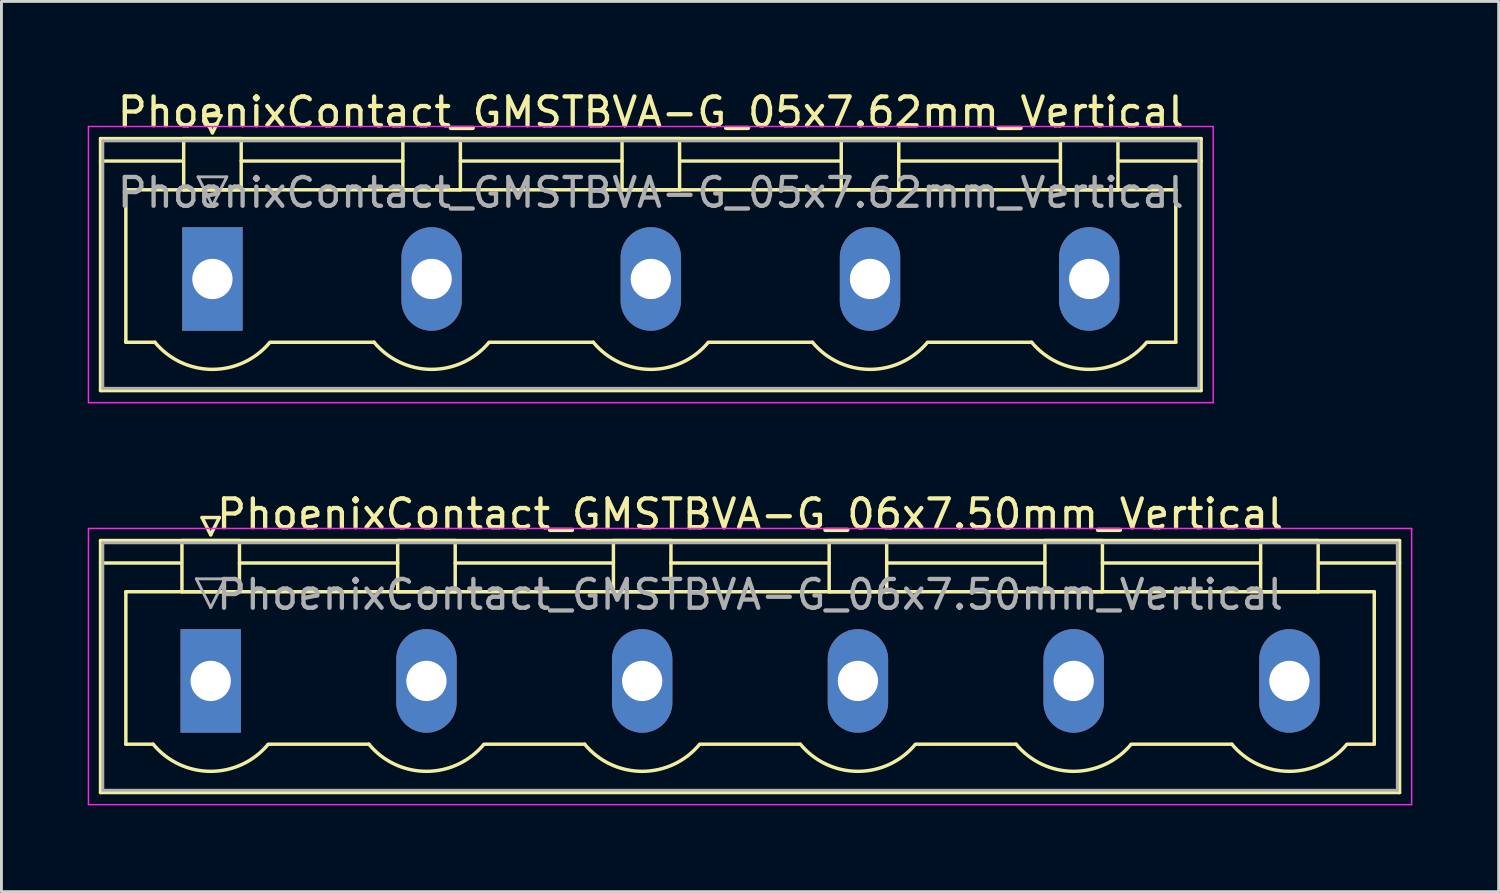
<source format=kicad_pcb>
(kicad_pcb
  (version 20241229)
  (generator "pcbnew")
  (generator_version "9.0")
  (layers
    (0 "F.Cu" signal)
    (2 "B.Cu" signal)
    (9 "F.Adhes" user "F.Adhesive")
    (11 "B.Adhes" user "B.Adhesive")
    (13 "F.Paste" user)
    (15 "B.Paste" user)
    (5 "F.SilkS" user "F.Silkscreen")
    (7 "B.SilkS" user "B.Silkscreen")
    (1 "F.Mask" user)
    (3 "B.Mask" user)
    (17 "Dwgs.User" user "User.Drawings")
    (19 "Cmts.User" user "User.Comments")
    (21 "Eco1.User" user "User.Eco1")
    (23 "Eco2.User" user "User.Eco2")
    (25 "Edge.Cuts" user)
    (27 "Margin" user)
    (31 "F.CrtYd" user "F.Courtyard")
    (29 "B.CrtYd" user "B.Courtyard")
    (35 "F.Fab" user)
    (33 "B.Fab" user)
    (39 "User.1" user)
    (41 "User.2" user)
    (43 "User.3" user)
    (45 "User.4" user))
  (footprint "PhoenixContact_GMSTBVA-G_06x7.50mm_Vertical"
    (layer "F.Cu")
    (at 4.275 20.622)
    (property "Reference" "PhoenixContact_GMSTBVA-G_06x7.50mm_Vertical" (at 18.75 -5.8 0) (layer "F.SilkS") (effects (font (size 1 1) (thickness 0.15))))
    (attr through_hole)
    (fp_line (start -3.83 -4.88) (end -3.83 3.88) (stroke (width 0.12) (type solid)) (layer "F.SilkS"))
    (fp_line (start -3.83 -4.1) (end -1.08 -4.1) (stroke (width 0.12) (type solid)) (layer "F.SilkS"))
    (fp_line (start -3.83 3.88) (end 41.33 3.88) (stroke (width 0.12) (type solid)) (layer "F.SilkS"))
    (fp_line (start -2.95 -3.1) (end 40.45 -3.1) (stroke (width 0.12) (type solid)) (layer "F.SilkS"))
    (fp_line (start -2.95 2.2) (end -2.95 -3.1) (stroke (width 0.12) (type solid)) (layer "F.SilkS"))
    (fp_line (start -2 2.2) (end -2.95 2.2) (stroke (width 0.12) (type solid)) (layer "F.SilkS"))
    (fp_line (start -1 -4.88) (end 1 -4.88) (stroke (width 0.12) (type solid)) (layer "F.SilkS"))
    (fp_line (start -1 -3.1) (end -1 -4.88) (stroke (width 0.12) (type solid)) (layer "F.SilkS"))
    (fp_line (start -0.3 -5.68) (end 0.3 -5.68) (stroke (width 0.12) (type solid)) (layer "F.SilkS"))
    (fp_line (start 0 -5.08) (end -0.3 -5.68) (stroke (width 0.12) (type solid)) (layer "F.SilkS"))
    (fp_line (start 0.3 -5.68) (end 0 -5.08) (stroke (width 0.12) (type solid)) (layer "F.SilkS"))
    (fp_line (start 1 -4.88) (end 1 -3.1) (stroke (width 0.12) (type solid)) (layer "F.SilkS"))
    (fp_line (start 1 -4.1) (end 6.5 -4.1) (stroke (width 0.12) (type solid)) (layer "F.SilkS"))
    (fp_line (start 1 -3.1) (end -1 -3.1) (stroke (width 0.12) (type solid)) (layer "F.SilkS"))
    (fp_line (start 2 2.2) (end 5.5 2.2) (stroke (width 0.12) (type solid)) (layer "F.SilkS"))
    (fp_line (start 6.5 -4.88) (end 8.5 -4.88) (stroke (width 0.12) (type solid)) (layer "F.SilkS"))
    (fp_line (start 6.5 -3.1) (end 6.5 -4.88) (stroke (width 0.12) (type solid)) (layer "F.SilkS"))
    (fp_line (start 8.5 -4.88) (end 8.5 -3.1) (stroke (width 0.12) (type solid)) (layer "F.SilkS"))
    (fp_line (start 8.5 -4.1) (end 14 -4.1) (stroke (width 0.12) (type solid)) (layer "F.SilkS"))
    (fp_line (start 8.5 -3.1) (end 6.5 -3.1) (stroke (width 0.12) (type solid)) (layer "F.SilkS"))
    (fp_line (start 9.5 2.2) (end 13 2.2) (stroke (width 0.12) (type solid)) (layer "F.SilkS"))
    (fp_line (start 14 -4.88) (end 16 -4.88) (stroke (width 0.12) (type solid)) (layer "F.SilkS"))
    (fp_line (start 14 -3.1) (end 14 -4.88) (stroke (width 0.12) (type solid)) (layer "F.SilkS"))
    (fp_line (start 16 -4.88) (end 16 -3.1) (stroke (width 0.12) (type solid)) (layer "F.SilkS"))
    (fp_line (start 16 -4.1) (end 21.5 -4.1) (stroke (width 0.12) (type solid)) (layer "F.SilkS"))
    (fp_line (start 16 -3.1) (end 14 -3.1) (stroke (width 0.12) (type solid)) (layer "F.SilkS"))
    (fp_line (start 17 2.2) (end 20.5 2.2) (stroke (width 0.12) (type solid)) (layer "F.SilkS"))
    (fp_line (start 21.5 -4.88) (end 23.5 -4.88) (stroke (width 0.12) (type solid)) (layer "F.SilkS"))
    (fp_line (start 21.5 -3.1) (end 21.5 -4.88) (stroke (width 0.12) (type solid)) (layer "F.SilkS"))
    (fp_line (start 23.5 -4.88) (end 23.5 -3.1) (stroke (width 0.12) (type solid)) (layer "F.SilkS"))
    (fp_line (start 23.5 -4.1) (end 29 -4.1) (stroke (width 0.12) (type solid)) (layer "F.SilkS"))
    (fp_line (start 23.5 -3.1) (end 21.5 -3.1) (stroke (width 0.12) (type solid)) (layer "F.SilkS"))
    (fp_line (start 24.5 2.2) (end 28 2.2) (stroke (width 0.12) (type solid)) (layer "F.SilkS"))
    (fp_line (start 29 -4.88) (end 31 -4.88) (stroke (width 0.12) (type solid)) (layer "F.SilkS"))
    (fp_line (start 29 -3.1) (end 29 -4.88) (stroke (width 0.12) (type solid)) (layer "F.SilkS"))
    (fp_line (start 31 -4.88) (end 31 -3.1) (stroke (width 0.12) (type solid)) (layer "F.SilkS"))
    (fp_line (start 31 -4.1) (end 36.5 -4.1) (stroke (width 0.12) (type solid)) (layer "F.SilkS"))
    (fp_line (start 31 -3.1) (end 29 -3.1) (stroke (width 0.12) (type solid)) (layer "F.SilkS"))
    (fp_line (start 32 2.2) (end 35.5 2.2) (stroke (width 0.12) (type solid)) (layer "F.SilkS"))
    (fp_line (start 36.5 -4.88) (end 38.5 -4.88) (stroke (width 0.12) (type solid)) (layer "F.SilkS"))
    (fp_line (start 36.5 -3.1) (end 36.5 -4.88) (stroke (width 0.12) (type solid)) (layer "F.SilkS"))
    (fp_line (start 38.5 -4.88) (end 38.5 -3.1) (stroke (width 0.12) (type solid)) (layer "F.SilkS"))
    (fp_line (start 38.5 -3.1) (end 36.5 -3.1) (stroke (width 0.12) (type solid)) (layer "F.SilkS"))
    (fp_line (start 40.45 -3.1) (end 40.45 2.2) (stroke (width 0.12) (type solid)) (layer "F.SilkS"))
    (fp_line (start 40.45 2.2) (end 39.5 2.2) (stroke (width 0.12) (type solid)) (layer "F.SilkS"))
    (fp_line (start 41.33 -4.88) (end -3.83 -4.88) (stroke (width 0.12) (type solid)) (layer "F.SilkS"))
    (fp_line (start 41.33 -4.1) (end 38.58 -4.1) (stroke (width 0.12) (type solid)) (layer "F.SilkS"))
    (fp_line (start 41.33 3.88) (end 41.33 -4.88) (stroke (width 0.12) (type solid)) (layer "F.SilkS"))
    (fp_arc (start 1.986842 2.215821) (mid -0.010289 3.142758) (end -2 2.2) (stroke (width 0.12) (type solid)) (layer "F.SilkS"))
    (fp_arc (start 9.486842 2.215821) (mid 7.489711 3.142758) (end 5.5 2.2) (stroke (width 0.12) (type solid)) (layer "F.SilkS"))
    (fp_arc (start 16.986842 2.215821) (mid 14.989711 3.142758) (end 13 2.2) (stroke (width 0.12) (type solid)) (layer "F.SilkS"))
    (fp_arc (start 24.486842 2.215821) (mid 22.489711 3.142758) (end 20.5 2.2) (stroke (width 0.12) (type solid)) (layer "F.SilkS"))
    (fp_arc (start 31.986842 2.215821) (mid 29.989711 3.142758) (end 28 2.2) (stroke (width 0.12) (type solid)) (layer "F.SilkS"))
    (fp_arc (start 39.486842 2.215821) (mid 37.489711 3.142758) (end 35.5 2.2) (stroke (width 0.12) (type solid)) (layer "F.SilkS"))
    (fp_line (start -4.25 -5.3) (end -4.25 4.3) (stroke (width 0.05) (type solid)) (layer "F.CrtYd"))
    (fp_line (start -4.25 4.3) (end 41.75 4.3) (stroke (width 0.05) (type solid)) (layer "F.CrtYd"))
    (fp_line (start 41.75 -5.3) (end -4.25 -5.3) (stroke (width 0.05) (type solid)) (layer "F.CrtYd"))
    (fp_line (start 41.75 4.3) (end 41.75 -5.3) (stroke (width 0.05) (type solid)) (layer "F.CrtYd"))
    (fp_line (start -3.75 -4.8) (end -3.75 3.8) (stroke (width 0.1) (type solid)) (layer "F.Fab"))
    (fp_line (start -3.75 3.8) (end 41.25 3.8) (stroke (width 0.1) (type solid)) (layer "F.Fab"))
    (fp_line (start -0.5 -3.55) (end 0.5 -3.55) (stroke (width 0.1) (type solid)) (layer "F.Fab"))
    (fp_line (start 0 -2.55) (end -0.5 -3.55) (stroke (width 0.1) (type solid)) (layer "F.Fab"))
    (fp_line (start 0.5 -3.55) (end 0 -2.55) (stroke (width 0.1) (type solid)) (layer "F.Fab"))
    (fp_line (start 41.25 -4.8) (end -3.75 -4.8) (stroke (width 0.1) (type solid)) (layer "F.Fab"))
    (fp_line (start 41.25 3.8) (end 41.25 -4.8) (stroke (width 0.1) (type solid)) (layer "F.Fab"))
    (fp_text user "${REFERENCE}" (at 18.75 -3 0) (layer "F.Fab") (effects (font (size 1 1) (thickness 0.15))))
    (pad "1" thru_hole rect (at 0 0) (size 2.1 3.6) (drill 1.4) (layers "*.Cu" "*.Mask"))
    (pad "2" thru_hole oval (at 7.5 0) (size 2.1 3.6) (drill 1.4) (layers "*.Cu" "*.Mask"))
    (pad "3" thru_hole oval (at 15 0) (size 2.1 3.6) (drill 1.4) (layers "*.Cu" "*.Mask"))
    (pad "4" thru_hole oval (at 22.5 0) (size 2.1 3.6) (drill 1.4) (layers "*.Cu" "*.Mask"))
    (pad "5" thru_hole oval (at 30 0) (size 2.1 3.6) (drill 1.4) (layers "*.Cu" "*.Mask"))
    (pad "6" thru_hole oval (at 37.5 0) (size 2.1 3.6) (drill 1.4) (layers "*.Cu" "*.Mask")))
  (footprint "PhoenixContact_GMSTBVA-G_05x7.62mm_Vertical"
    (layer "F.Cu")
    (at 4.335 6.648)
    (property "Reference" "PhoenixContact_GMSTBVA-G_05x7.62mm_Vertical" (at 15.24 -5.8 0) (layer "F.SilkS") (effects (font (size 1 1) (thickness 0.15))))
    (attr through_hole)
    (fp_line (start -3.89 -4.88) (end -3.89 3.88) (stroke (width 0.12) (type solid)) (layer "F.SilkS"))
    (fp_line (start -3.89 -4.1) (end -1.08 -4.1) (stroke (width 0.12) (type solid)) (layer "F.SilkS"))
    (fp_line (start -3.89 3.88) (end 34.37 3.88) (stroke (width 0.12) (type solid)) (layer "F.SilkS"))
    (fp_line (start -3.01 -3.1) (end 33.49 -3.1) (stroke (width 0.12) (type solid)) (layer "F.SilkS"))
    (fp_line (start -3.01 2.2) (end -3.01 -3.1) (stroke (width 0.12) (type solid)) (layer "F.SilkS"))
    (fp_line (start -2 2.2) (end -3.01 2.2) (stroke (width 0.12) (type solid)) (layer "F.SilkS"))
    (fp_line (start -1 -4.88) (end 1 -4.88) (stroke (width 0.12) (type solid)) (layer "F.SilkS"))
    (fp_line (start -1 -3.1) (end -1 -4.88) (stroke (width 0.12) (type solid)) (layer "F.SilkS"))
    (fp_line (start -0.3 -5.68) (end 0.3 -5.68) (stroke (width 0.12) (type solid)) (layer "F.SilkS"))
    (fp_line (start 0 -5.08) (end -0.3 -5.68) (stroke (width 0.12) (type solid)) (layer "F.SilkS"))
    (fp_line (start 0.3 -5.68) (end 0 -5.08) (stroke (width 0.12) (type solid)) (layer "F.SilkS"))
    (fp_line (start 1 -4.88) (end 1 -3.1) (stroke (width 0.12) (type solid)) (layer "F.SilkS"))
    (fp_line (start 1 -4.1) (end 6.62 -4.1) (stroke (width 0.12) (type solid)) (layer "F.SilkS"))
    (fp_line (start 1 -3.1) (end -1 -3.1) (stroke (width 0.12) (type solid)) (layer "F.SilkS"))
    (fp_line (start 2 2.2) (end 5.62 2.2) (stroke (width 0.12) (type solid)) (layer "F.SilkS"))
    (fp_line (start 6.62 -4.88) (end 8.62 -4.88) (stroke (width 0.12) (type solid)) (layer "F.SilkS"))
    (fp_line (start 6.62 -3.1) (end 6.62 -4.88) (stroke (width 0.12) (type solid)) (layer "F.SilkS"))
    (fp_line (start 8.62 -4.88) (end 8.62 -3.1) (stroke (width 0.12) (type solid)) (layer "F.SilkS"))
    (fp_line (start 8.62 -4.1) (end 14.24 -4.1) (stroke (width 0.12) (type solid)) (layer "F.SilkS"))
    (fp_line (start 8.62 -3.1) (end 6.62 -3.1) (stroke (width 0.12) (type solid)) (layer "F.SilkS"))
    (fp_line (start 9.62 2.2) (end 13.24 2.2) (stroke (width 0.12) (type solid)) (layer "F.SilkS"))
    (fp_line (start 14.24 -4.88) (end 16.24 -4.88) (stroke (width 0.12) (type solid)) (layer "F.SilkS"))
    (fp_line (start 14.24 -3.1) (end 14.24 -4.88) (stroke (width 0.12) (type solid)) (layer "F.SilkS"))
    (fp_line (start 16.24 -4.88) (end 16.24 -3.1) (stroke (width 0.12) (type solid)) (layer "F.SilkS"))
    (fp_line (start 16.24 -4.1) (end 21.86 -4.1) (stroke (width 0.12) (type solid)) (layer "F.SilkS"))
    (fp_line (start 16.24 -3.1) (end 14.24 -3.1) (stroke (width 0.12) (type solid)) (layer "F.SilkS"))
    (fp_line (start 17.24 2.2) (end 20.86 2.2) (stroke (width 0.12) (type solid)) (layer "F.SilkS"))
    (fp_line (start 21.86 -4.88) (end 23.86 -4.88) (stroke (width 0.12) (type solid)) (layer "F.SilkS"))
    (fp_line (start 21.86 -3.1) (end 21.86 -4.88) (stroke (width 0.12) (type solid)) (layer "F.SilkS"))
    (fp_line (start 23.86 -4.88) (end 23.86 -3.1) (stroke (width 0.12) (type solid)) (layer "F.SilkS"))
    (fp_line (start 23.86 -4.1) (end 29.48 -4.1) (stroke (width 0.12) (type solid)) (layer "F.SilkS"))
    (fp_line (start 23.86 -3.1) (end 21.86 -3.1) (stroke (width 0.12) (type solid)) (layer "F.SilkS"))
    (fp_line (start 24.86 2.2) (end 28.48 2.2) (stroke (width 0.12) (type solid)) (layer "F.SilkS"))
    (fp_line (start 29.48 -4.88) (end 31.48 -4.88) (stroke (width 0.12) (type solid)) (layer "F.SilkS"))
    (fp_line (start 29.48 -3.1) (end 29.48 -4.88) (stroke (width 0.12) (type solid)) (layer "F.SilkS"))
    (fp_line (start 31.48 -4.88) (end 31.48 -3.1) (stroke (width 0.12) (type solid)) (layer "F.SilkS"))
    (fp_line (start 31.48 -3.1) (end 29.48 -3.1) (stroke (width 0.12) (type solid)) (layer "F.SilkS"))
    (fp_line (start 33.49 -3.1) (end 33.49 2.2) (stroke (width 0.12) (type solid)) (layer "F.SilkS"))
    (fp_line (start 33.49 2.2) (end 32.48 2.2) (stroke (width 0.12) (type solid)) (layer "F.SilkS"))
    (fp_line (start 34.37 -4.88) (end -3.89 -4.88) (stroke (width 0.12) (type solid)) (layer "F.SilkS"))
    (fp_line (start 34.37 -4.1) (end 31.56 -4.1) (stroke (width 0.12) (type solid)) (layer "F.SilkS"))
    (fp_line (start 34.37 3.88) (end 34.37 -4.88) (stroke (width 0.12) (type solid)) (layer "F.SilkS"))
    (fp_arc (start 1.986842 2.215821) (mid -0.010289 3.142758) (end -2 2.2) (stroke (width 0.12) (type solid)) (layer "F.SilkS"))
    (fp_arc (start 9.606842 2.215821) (mid 7.609711 3.142758) (end 5.62 2.2) (stroke (width 0.12) (type solid)) (layer "F.SilkS"))
    (fp_arc (start 17.226842 2.215821) (mid 15.229711 3.142758) (end 13.24 2.2) (stroke (width 0.12) (type solid)) (layer "F.SilkS"))
    (fp_arc (start 24.846842 2.215821) (mid 22.849711 3.142758) (end 20.86 2.2) (stroke (width 0.12) (type solid)) (layer "F.SilkS"))
    (fp_arc (start 32.466842 2.215821) (mid 30.469711 3.142758) (end 28.48 2.2) (stroke (width 0.12) (type solid)) (layer "F.SilkS"))
    (fp_line (start -4.31 -5.3) (end -4.31 4.3) (stroke (width 0.05) (type solid)) (layer "F.CrtYd"))
    (fp_line (start -4.31 4.3) (end 34.79 4.3) (stroke (width 0.05) (type solid)) (layer "F.CrtYd"))
    (fp_line (start 34.79 -5.3) (end -4.31 -5.3) (stroke (width 0.05) (type solid)) (layer "F.CrtYd"))
    (fp_line (start 34.79 4.3) (end 34.79 -5.3) (stroke (width 0.05) (type solid)) (layer "F.CrtYd"))
    (fp_line (start -3.81 -4.8) (end -3.81 3.8) (stroke (width 0.1) (type solid)) (layer "F.Fab"))
    (fp_line (start -3.81 3.8) (end 34.29 3.8) (stroke (width 0.1) (type solid)) (layer "F.Fab"))
    (fp_line (start -0.5 -3.55) (end 0.5 -3.55) (stroke (width 0.1) (type solid)) (layer "F.Fab"))
    (fp_line (start 0 -2.55) (end -0.5 -3.55) (stroke (width 0.1) (type solid)) (layer "F.Fab"))
    (fp_line (start 0.5 -3.55) (end 0 -2.55) (stroke (width 0.1) (type solid)) (layer "F.Fab"))
    (fp_line (start 34.29 -4.8) (end -3.81 -4.8) (stroke (width 0.1) (type solid)) (layer "F.Fab"))
    (fp_line (start 34.29 3.8) (end 34.29 -4.8) (stroke (width 0.1) (type solid)) (layer "F.Fab"))
    (fp_text user "${REFERENCE}" (at 15.24 -3 0) (layer "F.Fab") (effects (font (size 1 1) (thickness 0.15))))
    (pad "1" thru_hole rect (at 0 0) (size 2.1 3.6) (drill 1.4) (layers "*.Cu" "*.Mask"))
    (pad "2" thru_hole oval (at 7.62 0) (size 2.1 3.6) (drill 1.4) (layers "*.Cu" "*.Mask"))
    (pad "3" thru_hole oval (at 15.24 0) (size 2.1 3.6) (drill 1.4) (layers "*.Cu" "*.Mask"))
    (pad "4" thru_hole oval (at 22.86 0) (size 2.1 3.6) (drill 1.4) (layers "*.Cu" "*.Mask"))
    (pad "5" thru_hole oval (at 30.48 0) (size 2.1 3.6) (drill 1.4) (layers "*.Cu" "*.Mask")))
  (gr_rect
    (start -3 -3)
    (end 49.05 27.947)
    (stroke (width 0.1) (type default))
    (fill no)
    (layer "Edge.Cuts")))
</source>
